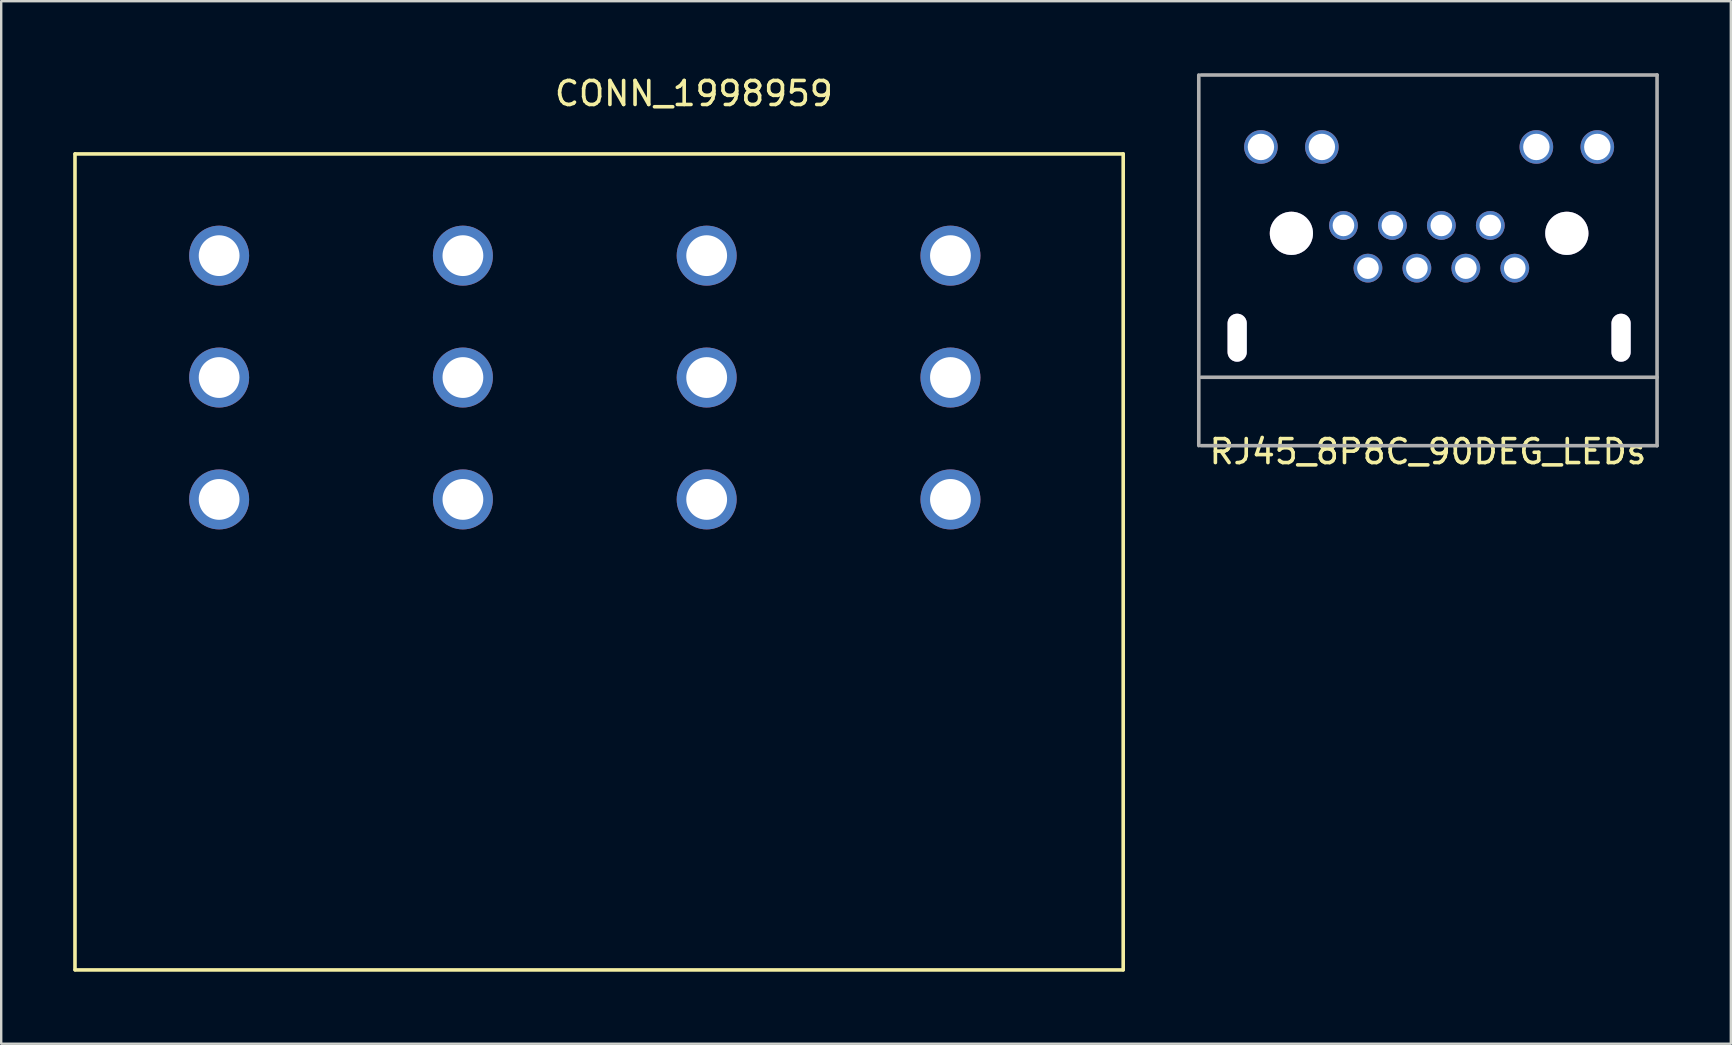
<source format=kicad_pcb>
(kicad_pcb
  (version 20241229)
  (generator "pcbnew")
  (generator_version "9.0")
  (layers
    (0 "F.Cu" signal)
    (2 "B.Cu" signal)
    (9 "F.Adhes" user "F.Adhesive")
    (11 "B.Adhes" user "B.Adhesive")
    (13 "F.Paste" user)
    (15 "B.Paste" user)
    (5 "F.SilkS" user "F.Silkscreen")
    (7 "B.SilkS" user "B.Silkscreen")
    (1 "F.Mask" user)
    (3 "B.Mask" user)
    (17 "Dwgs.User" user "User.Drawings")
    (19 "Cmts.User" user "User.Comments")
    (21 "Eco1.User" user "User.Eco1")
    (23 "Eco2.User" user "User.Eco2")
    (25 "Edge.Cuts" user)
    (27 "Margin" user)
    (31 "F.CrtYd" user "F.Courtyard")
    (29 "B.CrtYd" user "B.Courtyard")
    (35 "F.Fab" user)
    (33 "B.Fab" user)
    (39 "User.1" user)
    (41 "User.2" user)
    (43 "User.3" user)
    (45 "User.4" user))
  (footprint "CONN_1998959"
    (layer "F.Cu")
    (at 6.083 17.765)
    (property "Reference" "CONN_1998959" (at 19.787 -16.916 0) (layer "F.SilkS") (effects (font (size 1 1) (thickness 0.15))))
    (attr through_hole)
    (fp_line (start -6.008 -14.4) (end -6.008 19.6) (stroke (width 0.15) (type solid)) (layer "F.SilkS"))
    (fp_line (start -6 -14.4) (end 37.68 -14.4) (stroke (width 0.15) (type solid)) (layer "F.SilkS"))
    (fp_line (start -6 19.611) (end 37.68 19.611) (stroke (width 0.15) (type solid)) (layer "F.SilkS"))
    (fp_line (start 37.68 -14.4) (end 37.68 19.6) (stroke (width 0.15) (type solid)) (layer "F.SilkS"))
    (pad "1" thru_hole circle (at 0 -10.16) (size 2.5 2.5) (drill 1.7) (layers "*.Cu" "*.Mask"))
    (pad "1" thru_hole circle (at 0 -5.08) (size 2.5 2.5) (drill 1.7) (layers "*.Cu" "*.Mask"))
    (pad "1" thru_hole circle (at 0 0) (size 2.5 2.5) (drill 1.7) (layers "*.Cu" "*.Mask"))
    (pad "2" thru_hole circle (at 10.16 -10.16) (size 2.5 2.5) (drill 1.7) (layers "*.Cu" "*.Mask"))
    (pad "2" thru_hole circle (at 10.16 -5.08) (size 2.5 2.5) (drill 1.7) (layers "*.Cu" "*.Mask"))
    (pad "2" thru_hole circle (at 10.16 0) (size 2.5 2.5) (drill 1.7) (layers "*.Cu" "*.Mask"))
    (pad "3" thru_hole circle (at 20.32 -10.16) (size 2.5 2.5) (drill 1.7) (layers "*.Cu" "*.Mask"))
    (pad "3" thru_hole circle (at 20.32 -5.08) (size 2.5 2.5) (drill 1.7) (layers "*.Cu" "*.Mask"))
    (pad "3" thru_hole circle (at 20.32 0) (size 2.5 2.5) (drill 1.7) (layers "*.Cu" "*.Mask"))
    (pad "4" thru_hole circle (at 30.48 -10.16) (size 2.5 2.5) (drill 1.7) (layers "*.Cu" "*.Mask"))
    (pad "4" thru_hole circle (at 30.48 -5.08) (size 2.5 2.5) (drill 1.7) (layers "*.Cu" "*.Mask"))
    (pad "4" thru_hole circle (at 30.48 0) (size 2.5 2.5) (drill 1.7) (layers "*.Cu" "*.Mask")))
  (footprint "RJ45_8P8C_90DEG_LEDs"
    (layer "F.Cu")
    (at 56.513 12.675)
    (property "Reference" "RJ45_8P8C_90DEG_LEDs" (at -0.051 3.099 0) (layer "F.SilkS") (effects (font (size 1 1) (thickness 0.15))))
    (attr through_hole)
    (fp_line (start -9.6 2.85) (end -9.6 -12.6) (stroke (width 0.15) (type solid)) (layer "F.Fab"))
    (fp_line (start -9.5 -12.6) (end 9.5 -12.6) (stroke (width 0.15) (type solid)) (layer "F.Fab"))
    (fp_line (start -9.5 0) (end 9.5 0) (stroke (width 0.15) (type solid)) (layer "F.Fab"))
    (fp_line (start -9.5 2.85) (end 9.5 2.85) (stroke (width 0.15) (type solid)) (layer "F.Fab"))
    (fp_line (start 9.5 2.85) (end 9.5 -12.6) (stroke (width 0.15) (type solid)) (layer "F.Fab"))
    (pad "" thru_hole circle (at -5.74 -6) (size 1.8 1.8) (drill 1.8) (layers "*.Cu" "*.Mask"))
    (pad "" thru_hole circle (at 5.74 -6) (size 1.8 1.8) (drill 1.8) (layers "*.Cu" "*.Mask"))
    (pad "1" thru_hole circle (at -3.57 -6.33) (size 1.2 1.2) (drill 0.9) (layers "*.Cu" "*.Mask"))
    (pad "2" thru_hole circle (at -2.55 -4.55) (size 1.2 1.2) (drill 0.9) (layers "*.Cu" "*.Mask"))
    (pad "3" thru_hole circle (at -1.53 -6.33) (size 1.2 1.2) (drill 0.9) (layers "*.Cu" "*.Mask"))
    (pad "4" thru_hole circle (at -0.51 -4.55) (size 1.2 1.2) (drill 0.9) (layers "*.Cu" "*.Mask"))
    (pad "5" thru_hole circle (at 0.51 -6.33) (size 1.2 1.2) (drill 0.9) (layers "*.Cu" "*.Mask"))
    (pad "6" thru_hole circle (at 1.53 -4.55) (size 1.2 1.2) (drill 0.9) (layers "*.Cu" "*.Mask"))
    (pad "7" thru_hole circle (at 2.55 -6.33) (size 1.2 1.2) (drill 0.9) (layers "*.Cu" "*.Mask"))
    (pad "8" thru_hole circle (at 3.57 -4.55) (size 1.2 1.2) (drill 0.9) (layers "*.Cu" "*.Mask"))
    (pad "9" thru_hole oval (at -8 -1.65) (size 0.8 2) (drill oval 0.8 2) (layers "*.Cu" "*.Mask"))
    (pad "9" thru_hole circle (at -7.01 -9.6) (size 1.4 1.4) (drill 1.1) (layers "*.Cu" "*.Mask"))
    (pad "10" thru_hole circle (at -4.47 -9.6) (size 1.4 1.4) (drill 1.1) (layers "*.Cu" "*.Mask"))
    (pad "11" thru_hole circle (at 4.47 -9.6) (size 1.4 1.4) (drill 1.1) (layers "*.Cu" "*.Mask"))
    (pad "11" thru_hole oval (at 8 -1.65) (size 0.8 2) (drill oval 0.8 2) (layers "*.Cu" "*.Mask"))
    (pad "12" thru_hole circle (at 7.01 -9.6) (size 1.4 1.4) (drill 1.1) (layers "*.Cu" "*.Mask")))
  (gr_rect
    (start -3 -3)
    (end 69.088 40.45)
    (stroke (width 0.1) (type default))
    (fill no)
    (layer "Edge.Cuts")))
</source>
